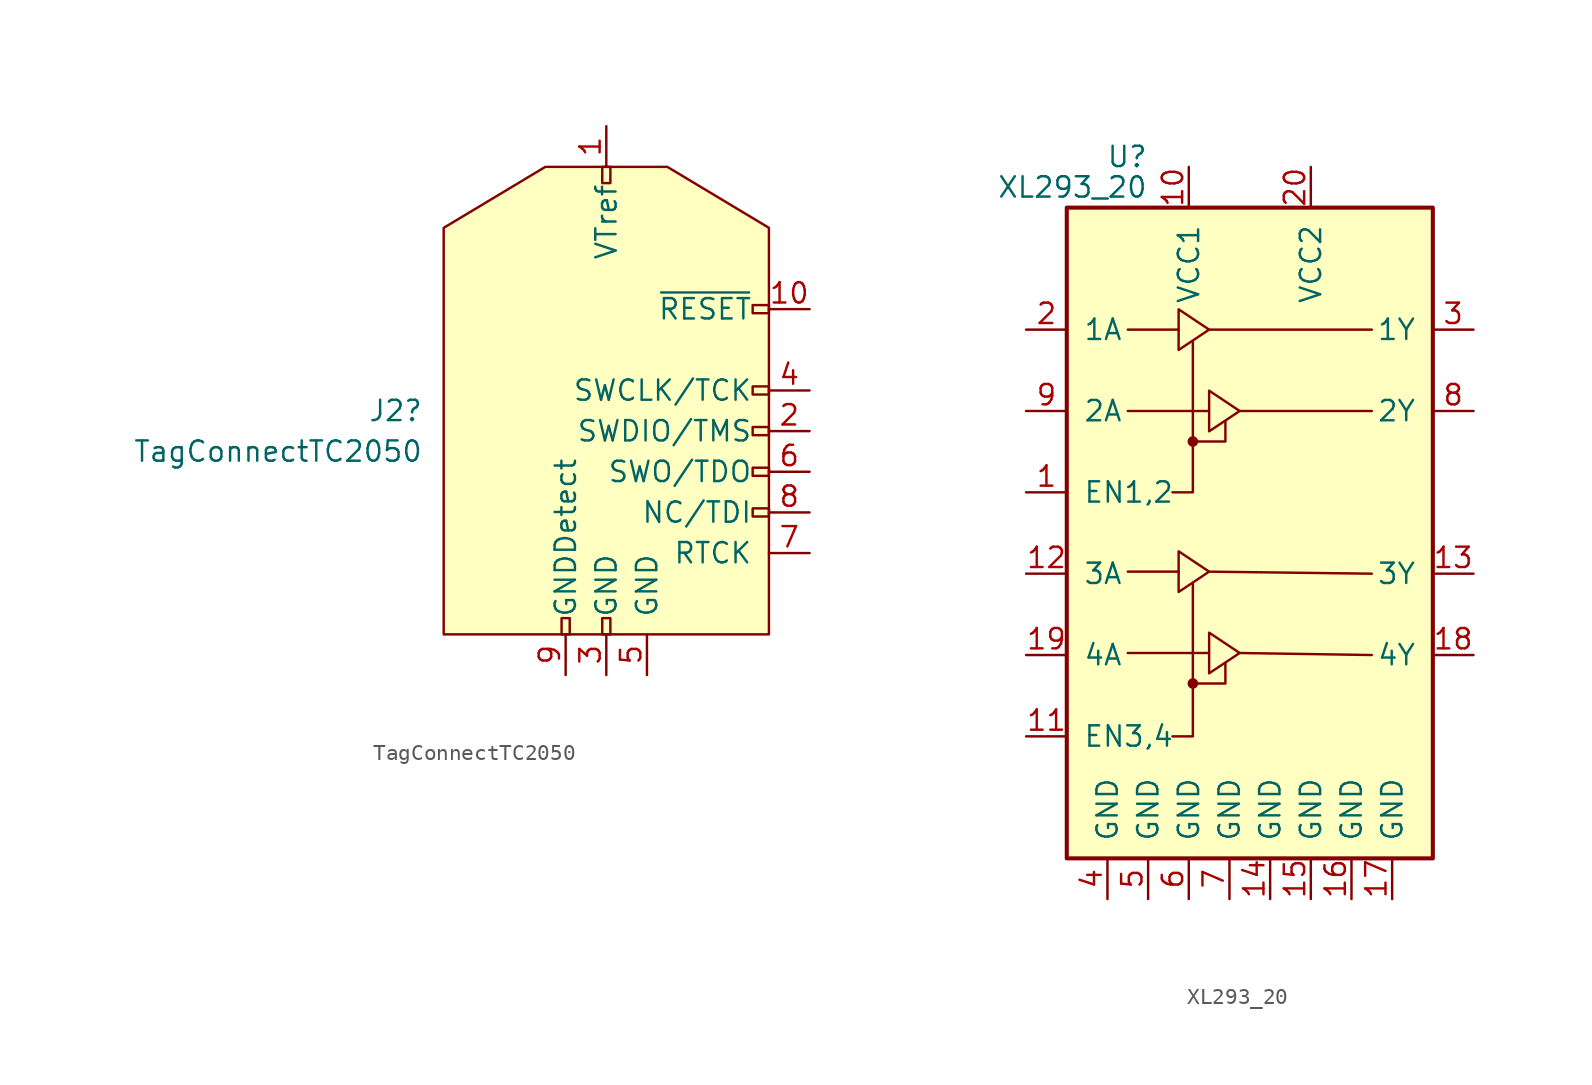
<source format=kicad_sym>
(kicad_symbol_lib
  (version 20231120)
  (generator "kicad_symbol_editor")
  (generator_version "8.0")
  (symbol "TagConnectTC2050"
    (pin_names
      (offset 1.016))
    (property "Reference" "J2"
      (at -11.43 1.27 0)
      (effects (font (size 1.27 1.27)) (justify right)))
    (property "Value" "TagConnectTC2050"
      (at -11.43 -1.27 0)
      (effects (font (size 1.27 1.27)) (justify right)))
    (symbol "TagConnectTC2050_0_1"
      (rectangle (start -2.794 -12.7) (end -2.286 -11.684) (stroke (width 0) (type default)) (fill (type none)))
      (rectangle (start -0.254 -11.684) (end 0.254 -12.7) (stroke (width 0) (type default)) (fill (type none)))
      (rectangle (start -0.254 16.51) (end 0.254 15.494) (stroke (width 0) (type default)) (fill (type none)))
      (rectangle (start 9.144 2.286) (end 10.16 2.794) (stroke (width 0) (type default)) (fill (type none)))
      (rectangle (start 10.16 -2.794) (end 9.144 -2.286) (stroke (width 0) (type default)) (fill (type none)))
      (rectangle (start 10.16 -0.254) (end 9.144 0.254) (stroke (width 0) (type default)) (fill (type none)))
      (rectangle (start 10.16 7.874) (end 9.144 7.366) (stroke (width 0) (type default)) (fill (type none))))
    (symbol "TagConnectTC2050_1_1"
      (polyline (pts (xy -10.16 -12.7) (xy 10.16 -12.7) (xy 10.16 12.7) (xy 3.81 16.51) (xy -3.81 16.51) (xy -10.16 12.7) (xy -10.16 -12.7)) (stroke (width 0) (type default)) (fill (type background)))
      (rectangle (start 9.144 -5.334) (end 10.16 -4.826) (stroke (width 0) (type default)) (fill (type none)))
      (pin power_in line (at 0 19.05 270) (length 2.54) (name "VTref" (effects (font (size 1.27 1.27)))) (number "1" (effects (font (size 1.27 1.27)))))
      (pin open_collector line (at 12.7 7.62 180) (length 2.54) (name "~{RESET}" (effects (font (size 1.27 1.27)))) (number "10" (effects (font (size 1.27 1.27)))))
      (pin bidirectional line (at 12.7 0 180) (length 2.54) (name "SWDIO/TMS" (effects (font (size 1.27 1.27)))) (number "2" (effects (font (size 1.27 1.27)))))
      (pin power_in line (at 0 -15.24 90) (length 2.54) (name "GND" (effects (font (size 1.27 1.27)))) (number "3" (effects (font (size 1.27 1.27)))))
      (pin output line (at 12.7 2.54 180) (length 2.54) (name "SWCLK/TCK" (effects (font (size 1.27 1.27)))) (number "4" (effects (font (size 1.27 1.27)))))
      (pin passive line (at 0 -15.24 90) (length 2.54) hide (name "GND" (effects (font (size 1.27 1.27)))) (number "5" (effects (font (size 1.27 1.27)))))
      (pin power_in line (at 2.54 -15.24 90) (length 2.54) (name "GND" (effects (font (size 1.27 1.27)))) (number "5" (effects (font (size 1.27 1.27)))))
      (pin input line (at 12.7 -2.54 180) (length 2.54) (name "SWO/TDO" (effects (font (size 1.27 1.27)))) (number "6" (effects (font (size 1.27 1.27)))))
      (pin no_connect line (at -10.16 0 0) (length 2.54) hide (name "KEY" (effects (font (size 1.27 1.27)))) (number "7" (effects (font (size 1.27 1.27)))))
      (pin input line (at 12.7 -7.62 180) (length 2.54) (name "RTCK" (effects (font (size 1.27 1.27)))) (number "7" (effects (font (size 1.27 1.27)))))
      (pin output line (at 12.7 -5.08 180) (length 2.54) (name "NC/TDI" (effects (font (size 1.27 1.27)))) (number "8" (effects (font (size 1.27 1.27)))))
      (pin passive line (at -2.54 -15.24 90) (length 2.54) (name "GNDDetect" (effects (font (size 1.27 1.27)))) (number "9" (effects (font (size 1.27 1.27)))))))
  (symbol "XL293_20"
    (pin_names
      (offset 1.016))
    (property "Reference" "U"
      (at -6.35 26.035 0)
      (effects (font (size 1.27 1.27)) (justify right)))
    (property "Value" "XL293_20"
      (at -6.35 24.13 0)
      (effects (font (size 1.27 1.27)) (justify right)))
    (symbol "XL293_20_0_1"
      (rectangle (start -11.43 22.86) (end 11.43 -17.78) (stroke (width 0.254) (type default)) (fill (type background)))
      (circle (center -3.556 -6.858) (radius 0.254) (stroke (width 0) (type default)) (fill (type outline)))
      (circle (center -3.556 8.255) (radius 0.254) (stroke (width 0) (type default)) (fill (type outline)))
      (polyline (pts (xy -7.62 -4.953) (xy -2.54 -4.953)) (stroke (width 0) (type default)) (fill (type none)))
      (polyline (pts (xy -7.62 0.127) (xy -4.445 0.127)) (stroke (width 0) (type default)) (fill (type none)))
      (polyline (pts (xy -7.62 10.16) (xy -2.54 10.16)) (stroke (width 0) (type default)) (fill (type none)))
      (polyline (pts (xy -7.62 15.24) (xy -4.445 15.24)) (stroke (width 0) (type default)) (fill (type none)))
      (polyline (pts (xy -2.54 0.127) (xy 7.62 0)) (stroke (width 0) (type default)) (fill (type none)))
      (polyline (pts (xy -2.54 15.24) (xy 7.62 15.24)) (stroke (width 0) (type default)) (fill (type none)))
      (polyline (pts (xy -0.635 -4.953) (xy 7.62 -5.08)) (stroke (width 0) (type default)) (fill (type none)))
      (polyline (pts (xy -0.635 10.16) (xy 7.62 10.16)) (stroke (width 0) (type default)) (fill (type none)))
      (polyline (pts (xy -3.556 -6.858) (xy -1.524 -6.858) (xy -1.524 -5.588)) (stroke (width 0) (type default)) (fill (type none)))
      (polyline (pts (xy -3.556 -0.635) (xy -3.556 -10.16) (xy -4.826 -10.16)) (stroke (width 0) (type default)) (fill (type none)))
      (polyline (pts (xy -3.556 8.255) (xy -1.524 8.255) (xy -1.524 9.525)) (stroke (width 0) (type default)) (fill (type none)))
      (polyline (pts (xy -3.556 14.478) (xy -3.556 5.08) (xy -4.826 5.08)) (stroke (width 0) (type default)) (fill (type none)))
      (polyline (pts (xy -4.445 1.397) (xy -4.445 -1.143) (xy -2.54 0.127) (xy -4.445 1.397)) (stroke (width 0) (type default)) (fill (type none)))
      (polyline (pts (xy -4.445 16.51) (xy -4.445 13.97) (xy -2.54 15.24) (xy -4.445 16.51)) (stroke (width 0) (type default)) (fill (type none)))
      (polyline (pts (xy -2.54 -3.683) (xy -2.54 -6.223) (xy -0.635 -4.953) (xy -2.54 -3.683)) (stroke (width 0) (type default)) (fill (type none)))
      (polyline (pts (xy -2.54 11.43) (xy -2.54 8.89) (xy -0.635 10.16) (xy -2.54 11.43)) (stroke (width 0) (type default)) (fill (type none))))
    (symbol "XL293_20_1_1"
      (pin input line (at -13.97 5.08 0) (length 2.54) (name "EN1,2" (effects (font (size 1.27 1.27)))) (number "1" (effects (font (size 1.27 1.27)))))
      (pin power_in line (at -3.81 25.4 270) (length 2.54) (name "VCC1" (effects (font (size 1.27 1.27)))) (number "10" (effects (font (size 1.27 1.27)))))
      (pin input line (at -13.97 -10.16 0) (length 2.54) (name "EN3,4" (effects (font (size 1.27 1.27)))) (number "11" (effects (font (size 1.27 1.27)))))
      (pin input line (at -13.97 0 0) (length 2.54) (name "3A" (effects (font (size 1.27 1.27)))) (number "12" (effects (font (size 1.27 1.27)))))
      (pin output line (at 13.97 0 180) (length 2.54) (name "3Y" (effects (font (size 1.27 1.27)))) (number "13" (effects (font (size 1.27 1.27)))))
      (pin power_in line (at 1.27 -20.32 90) (length 2.54) (name "GND" (effects (font (size 1.27 1.27)))) (number "14" (effects (font (size 1.27 1.27)))))
      (pin power_in line (at 3.81 -20.32 90) (length 2.54) (name "GND" (effects (font (size 1.27 1.27)))) (number "15" (effects (font (size 1.27 1.27)))))
      (pin power_in line (at 6.35 -20.32 90) (length 2.54) (name "GND" (effects (font (size 1.27 1.27)))) (number "16" (effects (font (size 1.27 1.27)))))
      (pin power_in line (at 8.89 -20.32 90) (length 2.54) (name "GND" (effects (font (size 1.27 1.27)))) (number "17" (effects (font (size 1.27 1.27)))))
      (pin output line (at 13.97 -5.08 180) (length 2.54) (name "4Y" (effects (font (size 1.27 1.27)))) (number "18" (effects (font (size 1.27 1.27)))))
      (pin input line (at -13.97 -5.08 0) (length 2.54) (name "4A" (effects (font (size 1.27 1.27)))) (number "19" (effects (font (size 1.27 1.27)))))
      (pin input line (at -13.97 15.24 0) (length 2.54) (name "1A" (effects (font (size 1.27 1.27)))) (number "2" (effects (font (size 1.27 1.27)))))
      (pin power_in line (at 3.81 25.4 270) (length 2.54) (name "VCC2" (effects (font (size 1.27 1.27)))) (number "20" (effects (font (size 1.27 1.27)))))
      (pin output line (at 13.97 15.24 180) (length 2.54) (name "1Y" (effects (font (size 1.27 1.27)))) (number "3" (effects (font (size 1.27 1.27)))))
      (pin power_in line (at -8.89 -20.32 90) (length 2.54) (name "GND" (effects (font (size 1.27 1.27)))) (number "4" (effects (font (size 1.27 1.27)))))
      (pin power_in line (at -6.35 -20.32 90) (length 2.54) (name "GND" (effects (font (size 1.27 1.27)))) (number "5" (effects (font (size 1.27 1.27)))))
      (pin power_in line (at -3.81 -20.32 90) (length 2.54) (name "GND" (effects (font (size 1.27 1.27)))) (number "6" (effects (font (size 1.27 1.27)))))
      (pin power_in line (at -1.27 -20.32 90) (length 2.54) (name "GND" (effects (font (size 1.27 1.27)))) (number "7" (effects (font (size 1.27 1.27)))))
      (pin output line (at 13.97 10.16 180) (length 2.54) (name "2Y" (effects (font (size 1.27 1.27)))) (number "8" (effects (font (size 1.27 1.27)))))
      (pin input line (at -13.97 10.16 0) (length 2.54) (name "2A" (effects (font (size 1.27 1.27)))) (number "9" (effects (font (size 1.27 1.27))))))))
</source>
